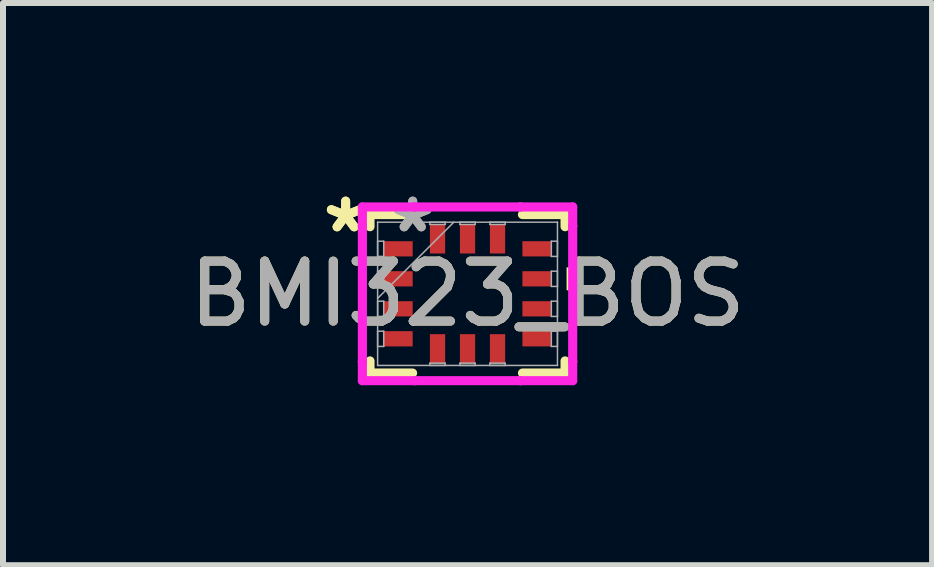
<source format=kicad_pcb>
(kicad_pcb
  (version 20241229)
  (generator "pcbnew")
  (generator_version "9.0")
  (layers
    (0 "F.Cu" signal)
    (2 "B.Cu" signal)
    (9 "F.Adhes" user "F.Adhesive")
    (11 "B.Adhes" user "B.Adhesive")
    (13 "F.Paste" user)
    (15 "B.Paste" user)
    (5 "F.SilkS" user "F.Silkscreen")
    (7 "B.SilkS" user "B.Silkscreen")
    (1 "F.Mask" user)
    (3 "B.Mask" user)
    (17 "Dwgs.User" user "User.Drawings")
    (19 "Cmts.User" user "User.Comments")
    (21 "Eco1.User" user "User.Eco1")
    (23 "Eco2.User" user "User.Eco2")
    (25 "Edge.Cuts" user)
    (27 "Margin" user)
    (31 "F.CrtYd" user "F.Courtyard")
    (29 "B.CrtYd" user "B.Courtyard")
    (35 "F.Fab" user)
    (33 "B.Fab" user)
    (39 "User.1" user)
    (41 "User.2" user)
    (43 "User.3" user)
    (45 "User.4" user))
  (footprint "BMI323_BOS"
    (layer "F.Cu")
    (at 4.744 1.848)
    (property "Reference" "BMI323_BOS" (at 0 0 0) (unlocked yes) (layer "F.SilkS") (effects (font (size 1 1) (thickness 0.15))))
    (attr smd)
    (fp_line (start -1.626 -1.321) (end -1.626 -1.119) (stroke (width 0.152) (type solid)) (layer "F.SilkS"))
    (fp_line (start -1.626 1.119) (end -1.626 1.321) (stroke (width 0.152) (type solid)) (layer "F.SilkS"))
    (fp_line (start -1.626 1.321) (end -0.916 1.321) (stroke (width 0.152) (type solid)) (layer "F.SilkS"))
    (fp_line (start -0.916 -1.321) (end -1.626 -1.321) (stroke (width 0.152) (type solid)) (layer "F.SilkS"))
    (fp_line (start 0.916 1.321) (end 1.626 1.321) (stroke (width 0.152) (type solid)) (layer "F.SilkS"))
    (fp_line (start 1.626 -1.321) (end 0.916 -1.321) (stroke (width 0.152) (type solid)) (layer "F.SilkS"))
    (fp_line (start 1.626 -1.119) (end 1.626 -1.321) (stroke (width 0.152) (type solid)) (layer "F.SilkS"))
    (fp_line (start 1.626 1.321) (end 1.626 1.119) (stroke (width 0.152) (type solid)) (layer "F.SilkS"))
    (fp_poly (pts (xy 1.905 -0.441) (xy 1.905 -0.059) (xy 1.651 -0.059) (xy 1.651 -0.441)) (stroke (width 0) (type solid)) (fill yes) (layer "F.SilkS"))
    (fp_line (start -1.753 -1.448) (end -0.881 -1.448) (stroke (width 0.152) (type solid)) (layer "F.CrtYd"))
    (fp_line (start -1.753 -1.131) (end -1.753 -1.448) (stroke (width 0.152) (type solid)) (layer "F.CrtYd"))
    (fp_line (start -1.753 -1.131) (end -1.753 -1.131) (stroke (width 0.152) (type solid)) (layer "F.CrtYd"))
    (fp_line (start -1.753 1.131) (end -1.753 -1.131) (stroke (width 0.152) (type solid)) (layer "F.CrtYd"))
    (fp_line (start -1.753 1.131) (end -1.753 1.131) (stroke (width 0.152) (type solid)) (layer "F.CrtYd"))
    (fp_line (start -1.753 1.448) (end -1.753 1.131) (stroke (width 0.152) (type solid)) (layer "F.CrtYd"))
    (fp_line (start -0.881 -1.448) (end -0.881 -1.448) (stroke (width 0.152) (type solid)) (layer "F.CrtYd"))
    (fp_line (start -0.881 -1.448) (end 0.881 -1.448) (stroke (width 0.152) (type solid)) (layer "F.CrtYd"))
    (fp_line (start -0.881 1.448) (end -1.753 1.448) (stroke (width 0.152) (type solid)) (layer "F.CrtYd"))
    (fp_line (start -0.881 1.448) (end -0.881 1.448) (stroke (width 0.152) (type solid)) (layer "F.CrtYd"))
    (fp_line (start 0.881 -1.448) (end 0.881 -1.448) (stroke (width 0.152) (type solid)) (layer "F.CrtYd"))
    (fp_line (start 0.881 -1.448) (end 1.753 -1.448) (stroke (width 0.152) (type solid)) (layer "F.CrtYd"))
    (fp_line (start 0.881 1.448) (end -0.881 1.448) (stroke (width 0.152) (type solid)) (layer "F.CrtYd"))
    (fp_line (start 0.881 1.448) (end 0.881 1.448) (stroke (width 0.152) (type solid)) (layer "F.CrtYd"))
    (fp_line (start 1.753 -1.448) (end 1.753 -1.131) (stroke (width 0.152) (type solid)) (layer "F.CrtYd"))
    (fp_line (start 1.753 -1.131) (end 1.753 -1.131) (stroke (width 0.152) (type solid)) (layer "F.CrtYd"))
    (fp_line (start 1.753 -1.131) (end 1.753 1.131) (stroke (width 0.152) (type solid)) (layer "F.CrtYd"))
    (fp_line (start 1.753 1.131) (end 1.753 1.131) (stroke (width 0.152) (type solid)) (layer "F.CrtYd"))
    (fp_line (start 1.753 1.131) (end 1.753 1.448) (stroke (width 0.152) (type solid)) (layer "F.CrtYd"))
    (fp_line (start 1.753 1.448) (end 0.881 1.448) (stroke (width 0.152) (type solid)) (layer "F.CrtYd"))
    (fp_line (start -1.499 -1.194) (end -1.499 -1.194) (stroke (width 0.025) (type solid)) (layer "F.Fab"))
    (fp_line (start -1.499 -1.194) (end -1.499 1.194) (stroke (width 0.025) (type solid)) (layer "F.Fab"))
    (fp_line (start -1.499 -0.877) (end -1.397 -0.877) (stroke (width 0.025) (type solid)) (layer "F.Fab"))
    (fp_line (start -1.499 -0.623) (end -1.499 -0.877) (stroke (width 0.025) (type solid)) (layer "F.Fab"))
    (fp_line (start -1.499 -0.377) (end -1.397 -0.377) (stroke (width 0.025) (type solid)) (layer "F.Fab"))
    (fp_line (start -1.499 -0.123) (end -1.499 -0.377) (stroke (width 0.025) (type solid)) (layer "F.Fab"))
    (fp_line (start -1.499 0.076) (end -0.229 -1.194) (stroke (width 0.025) (type solid)) (layer "F.Fab"))
    (fp_line (start -1.499 0.123) (end -1.397 0.123) (stroke (width 0.025) (type solid)) (layer "F.Fab"))
    (fp_line (start -1.499 0.377) (end -1.499 0.123) (stroke (width 0.025) (type solid)) (layer "F.Fab"))
    (fp_line (start -1.499 0.623) (end -1.397 0.623) (stroke (width 0.025) (type solid)) (layer "F.Fab"))
    (fp_line (start -1.499 0.877) (end -1.499 0.623) (stroke (width 0.025) (type solid)) (layer "F.Fab"))
    (fp_line (start -1.499 1.194) (end -1.499 1.194) (stroke (width 0.025) (type solid)) (layer "F.Fab"))
    (fp_line (start -1.499 1.194) (end 1.499 1.194) (stroke (width 0.025) (type solid)) (layer "F.Fab"))
    (fp_line (start -1.397 -0.877) (end -1.397 -0.623) (stroke (width 0.025) (type solid)) (layer "F.Fab"))
    (fp_line (start -1.397 -0.623) (end -1.499 -0.623) (stroke (width 0.025) (type solid)) (layer "F.Fab"))
    (fp_line (start -1.397 -0.377) (end -1.397 -0.123) (stroke (width 0.025) (type solid)) (layer "F.Fab"))
    (fp_line (start -1.397 -0.123) (end -1.499 -0.123) (stroke (width 0.025) (type solid)) (layer "F.Fab"))
    (fp_line (start -1.397 0.123) (end -1.397 0.377) (stroke (width 0.025) (type solid)) (layer "F.Fab"))
    (fp_line (start -1.397 0.377) (end -1.499 0.377) (stroke (width 0.025) (type solid)) (layer "F.Fab"))
    (fp_line (start -1.397 0.623) (end -1.397 0.877) (stroke (width 0.025) (type solid)) (layer "F.Fab"))
    (fp_line (start -1.397 0.877) (end -1.499 0.877) (stroke (width 0.025) (type solid)) (layer "F.Fab"))
    (fp_line (start -0.627 -1.194) (end -0.373 -1.194) (stroke (width 0.025) (type solid)) (layer "F.Fab"))
    (fp_line (start -0.627 -1.156) (end -0.627 -1.194) (stroke (width 0.025) (type solid)) (layer "F.Fab"))
    (fp_line (start -0.627 1.156) (end -0.373 1.156) (stroke (width 0.025) (type solid)) (layer "F.Fab"))
    (fp_line (start -0.627 1.194) (end -0.627 1.156) (stroke (width 0.025) (type solid)) (layer "F.Fab"))
    (fp_line (start -0.373 -1.194) (end -0.373 -1.156) (stroke (width 0.025) (type solid)) (layer "F.Fab"))
    (fp_line (start -0.373 -1.156) (end -0.627 -1.156) (stroke (width 0.025) (type solid)) (layer "F.Fab"))
    (fp_line (start -0.373 1.156) (end -0.373 1.194) (stroke (width 0.025) (type solid)) (layer "F.Fab"))
    (fp_line (start -0.373 1.194) (end -0.627 1.194) (stroke (width 0.025) (type solid)) (layer "F.Fab"))
    (fp_line (start -0.127 -1.194) (end 0.127 -1.194) (stroke (width 0.025) (type solid)) (layer "F.Fab"))
    (fp_line (start -0.127 -1.156) (end -0.127 -1.194) (stroke (width 0.025) (type solid)) (layer "F.Fab"))
    (fp_line (start -0.127 1.156) (end 0.127 1.156) (stroke (width 0.025) (type solid)) (layer "F.Fab"))
    (fp_line (start -0.127 1.194) (end -0.127 1.156) (stroke (width 0.025) (type solid)) (layer "F.Fab"))
    (fp_line (start 0.127 -1.194) (end 0.127 -1.156) (stroke (width 0.025) (type solid)) (layer "F.Fab"))
    (fp_line (start 0.127 -1.156) (end -0.127 -1.156) (stroke (width 0.025) (type solid)) (layer "F.Fab"))
    (fp_line (start 0.127 1.156) (end 0.127 1.194) (stroke (width 0.025) (type solid)) (layer "F.Fab"))
    (fp_line (start 0.127 1.194) (end -0.127 1.194) (stroke (width 0.025) (type solid)) (layer "F.Fab"))
    (fp_line (start 0.373 -1.194) (end 0.627 -1.194) (stroke (width 0.025) (type solid)) (layer "F.Fab"))
    (fp_line (start 0.373 -1.156) (end 0.373 -1.194) (stroke (width 0.025) (type solid)) (layer "F.Fab"))
    (fp_line (start 0.373 1.156) (end 0.627 1.156) (stroke (width 0.025) (type solid)) (layer "F.Fab"))
    (fp_line (start 0.373 1.194) (end 0.373 1.156) (stroke (width 0.025) (type solid)) (layer "F.Fab"))
    (fp_line (start 0.627 -1.194) (end 0.627 -1.156) (stroke (width 0.025) (type solid)) (layer "F.Fab"))
    (fp_line (start 0.627 -1.156) (end 0.373 -1.156) (stroke (width 0.025) (type solid)) (layer "F.Fab"))
    (fp_line (start 0.627 1.156) (end 0.627 1.194) (stroke (width 0.025) (type solid)) (layer "F.Fab"))
    (fp_line (start 0.627 1.194) (end 0.373 1.194) (stroke (width 0.025) (type solid)) (layer "F.Fab"))
    (fp_line (start 1.397 -0.877) (end 1.499 -0.877) (stroke (width 0.025) (type solid)) (layer "F.Fab"))
    (fp_line (start 1.397 -0.623) (end 1.397 -0.877) (stroke (width 0.025) (type solid)) (layer "F.Fab"))
    (fp_line (start 1.397 -0.377) (end 1.499 -0.377) (stroke (width 0.025) (type solid)) (layer "F.Fab"))
    (fp_line (start 1.397 -0.123) (end 1.397 -0.377) (stroke (width 0.025) (type solid)) (layer "F.Fab"))
    (fp_line (start 1.397 0.123) (end 1.499 0.123) (stroke (width 0.025) (type solid)) (layer "F.Fab"))
    (fp_line (start 1.397 0.377) (end 1.397 0.123) (stroke (width 0.025) (type solid)) (layer "F.Fab"))
    (fp_line (start 1.397 0.623) (end 1.499 0.623) (stroke (width 0.025) (type solid)) (layer "F.Fab"))
    (fp_line (start 1.397 0.877) (end 1.397 0.623) (stroke (width 0.025) (type solid)) (layer "F.Fab"))
    (fp_line (start 1.499 -1.194) (end -1.499 -1.194) (stroke (width 0.025) (type solid)) (layer "F.Fab"))
    (fp_line (start 1.499 -1.194) (end 1.499 -1.194) (stroke (width 0.025) (type solid)) (layer "F.Fab"))
    (fp_line (start 1.499 -0.877) (end 1.499 -0.623) (stroke (width 0.025) (type solid)) (layer "F.Fab"))
    (fp_line (start 1.499 -0.623) (end 1.397 -0.623) (stroke (width 0.025) (type solid)) (layer "F.Fab"))
    (fp_line (start 1.499 -0.377) (end 1.499 -0.123) (stroke (width 0.025) (type solid)) (layer "F.Fab"))
    (fp_line (start 1.499 -0.123) (end 1.397 -0.123) (stroke (width 0.025) (type solid)) (layer "F.Fab"))
    (fp_line (start 1.499 0.123) (end 1.499 0.377) (stroke (width 0.025) (type solid)) (layer "F.Fab"))
    (fp_line (start 1.499 0.377) (end 1.397 0.377) (stroke (width 0.025) (type solid)) (layer "F.Fab"))
    (fp_line (start 1.499 0.623) (end 1.499 0.877) (stroke (width 0.025) (type solid)) (layer "F.Fab"))
    (fp_line (start 1.499 0.877) (end 1.397 0.877) (stroke (width 0.025) (type solid)) (layer "F.Fab"))
    (fp_line (start 1.499 1.194) (end 1.499 -1.194) (stroke (width 0.025) (type solid)) (layer "F.Fab"))
    (fp_line (start 1.499 1.194) (end 1.499 1.194) (stroke (width 0.025) (type solid)) (layer "F.Fab"))
    (fp_text user "*" (at -2.032 -1 0) (unlocked yes) (layer "F.SilkS") (effects (font (size 1 1) (thickness 0.15))))
    (fp_text user "*" (at -2.032 -1 0) (layer "F.SilkS") (effects (font (size 1 1) (thickness 0.15))))
    (fp_text user "${REFERENCE}" (at 0 0 0) (unlocked yes) (layer "F.Fab") (effects (font (size 1 1) (thickness 0.15))))
    (fp_text user "*" (at -0.914 -1 0) (unlocked yes) (layer "F.Fab") (effects (font (size 1 1) (thickness 0.15))))
    (fp_text user "*" (at -0.914 -1 0) (layer "F.Fab") (effects (font (size 1 1) (thickness 0.15))))
    (pad "1" smd rect (at -1.156 -0.75 90) (size 0.254 0.483) (layers "F.Cu" "F.Mask" "F.Paste"))
    (pad "2" smd rect (at -1.156 -0.25 90) (size 0.254 0.483) (layers "F.Cu" "F.Mask" "F.Paste"))
    (pad "3" smd rect (at -1.156 0.25 90) (size 0.254 0.483) (layers "F.Cu" "F.Mask" "F.Paste"))
    (pad "4" smd rect (at -1.156 0.75 90) (size 0.254 0.483) (layers "F.Cu" "F.Mask" "F.Paste"))
    (pad "5" smd rect (at -0.5 0.914) (size 0.254 0.483) (layers "F.Cu" "F.Mask" "F.Paste"))
    (pad "6" smd rect (at 0 0.914) (size 0.254 0.483) (layers "F.Cu" "F.Mask" "F.Paste"))
    (pad "7" smd rect (at 0.5 0.914) (size 0.254 0.483) (layers "F.Cu" "F.Mask" "F.Paste"))
    (pad "8" smd rect (at 1.156 0.75 90) (size 0.254 0.483) (layers "F.Cu" "F.Mask" "F.Paste"))
    (pad "9" smd rect (at 1.156 0.25 90) (size 0.254 0.483) (layers "F.Cu" "F.Mask" "F.Paste"))
    (pad "10" smd rect (at 1.156 -0.25 90) (size 0.254 0.483) (layers "F.Cu" "F.Mask" "F.Paste"))
    (pad "11" smd rect (at 1.156 -0.75 90) (size 0.254 0.483) (layers "F.Cu" "F.Mask" "F.Paste"))
    (pad "12" smd rect (at 0.5 -0.914) (size 0.254 0.483) (layers "F.Cu" "F.Mask" "F.Paste"))
    (pad "13" smd rect (at 0 -0.914) (size 0.254 0.483) (layers "F.Cu" "F.Mask" "F.Paste"))
    (pad "14" smd rect (at -0.5 -0.914) (size 0.254 0.483) (layers "F.Cu" "F.Mask" "F.Paste")))
  (gr_rect
    (start -3 -3)
    (end 12.488 6.372)
    (stroke (width 0.1) (type default))
    (fill no)
    (layer "Edge.Cuts")))
</source>
